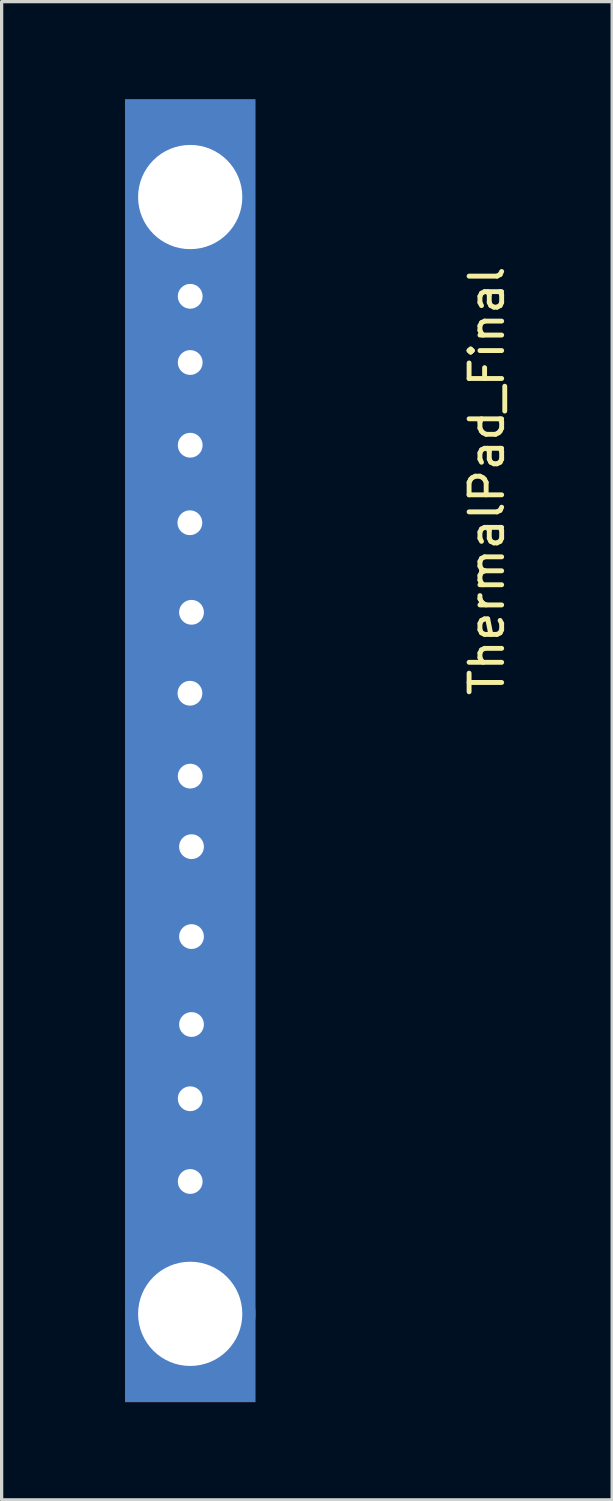
<source format=kicad_pcb>
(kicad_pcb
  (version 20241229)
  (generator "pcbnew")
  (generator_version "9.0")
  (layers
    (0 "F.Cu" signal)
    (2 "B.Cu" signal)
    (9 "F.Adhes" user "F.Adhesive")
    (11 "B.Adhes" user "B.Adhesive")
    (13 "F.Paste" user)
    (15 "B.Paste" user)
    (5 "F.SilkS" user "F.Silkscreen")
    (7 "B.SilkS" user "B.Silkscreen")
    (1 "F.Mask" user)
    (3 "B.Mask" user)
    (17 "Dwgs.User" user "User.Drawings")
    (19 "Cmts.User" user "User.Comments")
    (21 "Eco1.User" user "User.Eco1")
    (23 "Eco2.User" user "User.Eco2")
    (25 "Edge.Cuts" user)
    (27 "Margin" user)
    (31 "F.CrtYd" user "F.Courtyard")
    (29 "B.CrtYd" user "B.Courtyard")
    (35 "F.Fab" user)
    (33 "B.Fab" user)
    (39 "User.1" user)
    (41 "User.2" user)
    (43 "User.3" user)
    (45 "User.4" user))
  (footprint "ThermalPad_Final"
    (layer "F.Cu")
    (at 0.25 3)
    (property "Reference" "ThermalPad_Final" (at 11.648 8.714 90) (layer "F.SilkS") (effects (font (size 1 1) (thickness 0.15))))
    (attr through_hole)
    (pad "1" thru_hole circle (at 2.53 10) (size 1.524 1.524) (drill 0.762) (layers "*.Cu" "*.Mask"))
    (pad "1" thru_hole circle (at 2.532 15.235) (size 1.524 1.524) (drill 0.762) (layers "*.Cu" "*.Mask"))
    (pad "1" thru_hole rect (at 2.54 0) (size 4 40) (drill 3.2 (offset 0 17)) (property pad_prop_heatsink) (layers "*.Cu" "*.Mask"))
    (pad "1" thru_hole circle (at 2.54 3.048) (size 1.524 1.524) (drill 0.762) (layers "*.Cu" "*.Mask"))
    (pad "1" thru_hole circle (at 2.54 5.08) (size 1.524 1.524) (drill 0.762) (layers "*.Cu" "*.Mask"))
    (pad "1" thru_hole circle (at 2.54 7.62) (size 1.524 1.524) (drill 0.762) (layers "*.Cu" "*.Mask"))
    (pad "1" thru_hole circle (at 2.54 17.78) (size 1.524 1.524) (drill 0.762) (layers "*.Cu" "*.Mask"))
    (pad "1" thru_hole circle (at 2.54 27.686) (size 1.524 1.524) (drill 0.762) (layers "*.Cu" "*.Mask"))
    (pad "1" thru_hole circle (at 2.54 30.226) (size 1.524 1.524) (drill 0.762) (layers "*.Cu" "*.Mask"))
    (pad "1" thru_hole circle (at 2.54 34.29) (size 4 4) (drill 3.2) (layers "*.Cu" "*.Mask"))
    (pad "1" thru_hole circle (at 2.58 12.75) (size 1.524 1.524) (drill 0.762) (layers "*.Cu" "*.Mask"))
    (pad "1" thru_hole circle (at 2.58 19.946) (size 1.524 1.524) (drill 0.762) (layers "*.Cu" "*.Mask"))
    (pad "1" thru_hole circle (at 2.58 22.706) (size 1.524 1.524) (drill 0.762) (layers "*.Cu" "*.Mask"))
    (pad "1" thru_hole circle (at 2.58 25.406) (size 1.524 1.524) (drill 0.762) (layers "*.Cu" "*.Mask")))
  (gr_rect
    (start -3 -3)
    (end 15.746 43)
    (stroke (width 0.1) (type default))
    (fill no)
    (layer "Edge.Cuts")))
</source>
